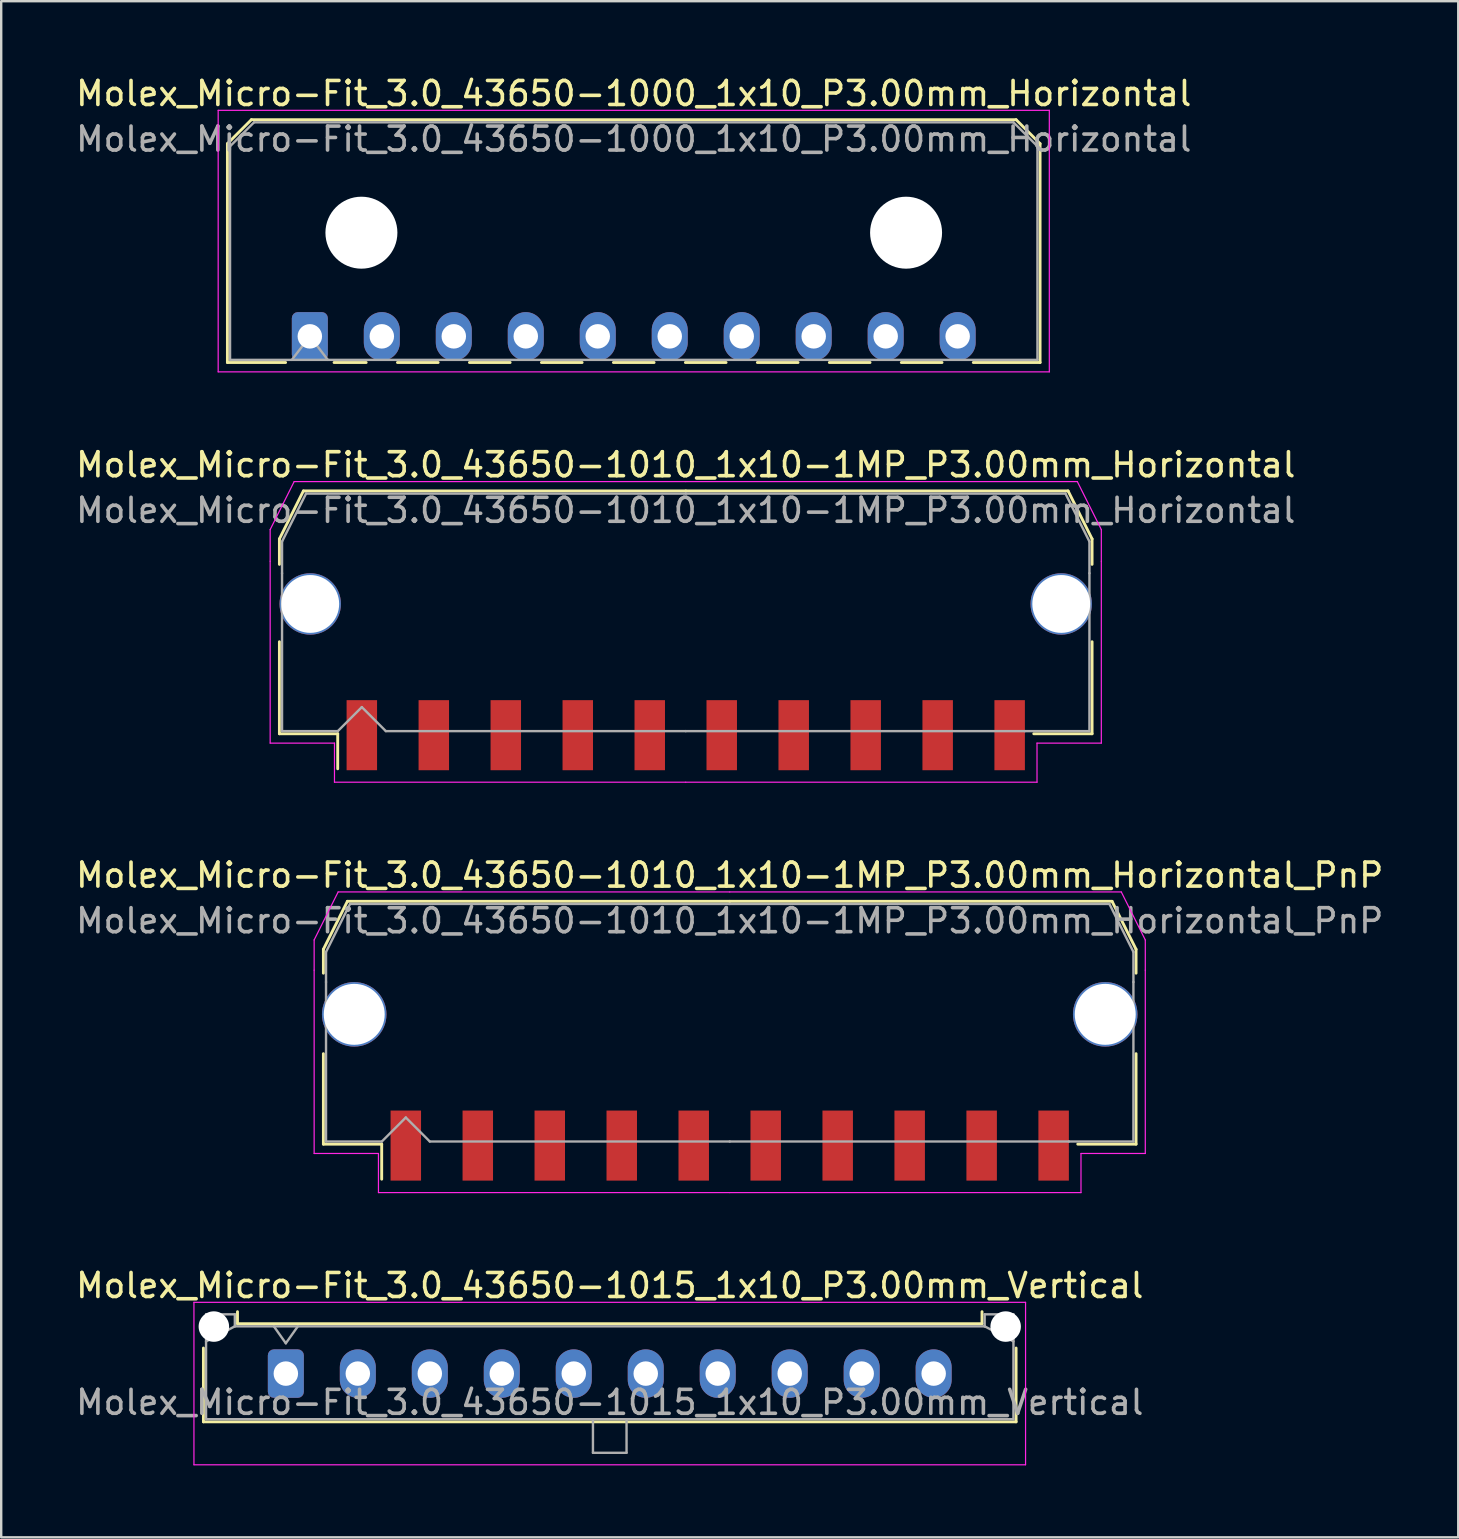
<source format=kicad_pcb>
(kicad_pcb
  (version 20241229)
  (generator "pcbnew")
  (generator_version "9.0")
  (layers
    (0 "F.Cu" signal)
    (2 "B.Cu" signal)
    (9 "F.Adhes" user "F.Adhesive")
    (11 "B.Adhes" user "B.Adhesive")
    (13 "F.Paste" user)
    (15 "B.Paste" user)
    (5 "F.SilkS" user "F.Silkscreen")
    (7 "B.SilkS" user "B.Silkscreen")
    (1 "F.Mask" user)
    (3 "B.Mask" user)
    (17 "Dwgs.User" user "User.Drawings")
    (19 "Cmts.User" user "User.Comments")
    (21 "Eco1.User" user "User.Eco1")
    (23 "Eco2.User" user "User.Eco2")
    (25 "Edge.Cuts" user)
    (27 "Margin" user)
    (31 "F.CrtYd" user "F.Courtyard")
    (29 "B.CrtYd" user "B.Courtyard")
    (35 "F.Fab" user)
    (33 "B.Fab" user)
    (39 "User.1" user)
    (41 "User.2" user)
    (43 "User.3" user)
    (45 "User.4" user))
  (footprint "Molex_Micro-Fit_3.0_43650-1015_1x10_P3.00mm_Vertical"
    (layer "F.Cu")
    (at 8.863 54.198)
    (property "Reference" "Molex_Micro-Fit_3.0_43650-1015_1x10_P3.00mm_Vertical" (at 13.5 -3.67 0) (layer "F.SilkS") (effects (font (size 1 1) (thickness 0.15))))
    (fp_line (start -3.435 -1.065) (end -3.435 2.01) (stroke (width 0.12) (type solid)) (layer "F.SilkS"))
    (fp_line (start -3.435 2.01) (end 30.435 2.01) (stroke (width 0.12) (type solid)) (layer "F.SilkS"))
    (fp_line (start -2.015 -2.58) (end -2.015 -2.08) (stroke (width 0.12) (type solid)) (layer "F.SilkS"))
    (fp_line (start -2.015 -2.08) (end 29.015 -2.08) (stroke (width 0.12) (type solid)) (layer "F.SilkS"))
    (fp_line (start 29.015 -2.08) (end 29.015 -2.58) (stroke (width 0.12) (type solid)) (layer "F.SilkS"))
    (fp_line (start 30.435 2.01) (end 30.435 -1.065) (stroke (width 0.12) (type solid)) (layer "F.SilkS"))
    (fp_line (start -3.83 -2.97) (end 30.83 -2.97) (stroke (width 0.05) (type solid)) (layer "F.CrtYd"))
    (fp_line (start -3.83 3.8) (end -3.83 -2.97) (stroke (width 0.05) (type solid)) (layer "F.CrtYd"))
    (fp_line (start 30.83 -2.97) (end 30.83 3.8) (stroke (width 0.05) (type solid)) (layer "F.CrtYd"))
    (fp_line (start 30.83 3.8) (end -3.83 3.8) (stroke (width 0.05) (type solid)) (layer "F.CrtYd"))
    (fp_line (start -3.325 -2.47) (end -3.325 1.9) (stroke (width 0.1) (type solid)) (layer "F.Fab"))
    (fp_line (start -3.325 -1.34) (end -2.125 -1.97) (stroke (width 0.1) (type solid)) (layer "F.Fab"))
    (fp_line (start -3.325 1.9) (end 30.325 1.9) (stroke (width 0.1) (type solid)) (layer "F.Fab"))
    (fp_line (start -2.125 -2.47) (end -3.325 -2.47) (stroke (width 0.1) (type solid)) (layer "F.Fab"))
    (fp_line (start -2.125 -1.97) (end -2.125 -2.47) (stroke (width 0.1) (type solid)) (layer "F.Fab"))
    (fp_line (start -0.5 -1.97) (end 0 -1.263) (stroke (width 0.1) (type solid)) (layer "F.Fab"))
    (fp_line (start 0 -1.263) (end 0.5 -1.97) (stroke (width 0.1) (type solid)) (layer "F.Fab"))
    (fp_line (start 12.8 1.9) (end 12.8 3.3) (stroke (width 0.1) (type solid)) (layer "F.Fab"))
    (fp_line (start 12.8 3.3) (end 14.2 3.3) (stroke (width 0.1) (type solid)) (layer "F.Fab"))
    (fp_line (start 14.2 3.3) (end 14.2 1.9) (stroke (width 0.1) (type solid)) (layer "F.Fab"))
    (fp_line (start 29.125 -2.47) (end 29.125 -1.97) (stroke (width 0.1) (type solid)) (layer "F.Fab"))
    (fp_line (start 29.125 -1.97) (end -2.125 -1.97) (stroke (width 0.1) (type solid)) (layer "F.Fab"))
    (fp_line (start 30.325 -2.47) (end 29.125 -2.47) (stroke (width 0.1) (type solid)) (layer "F.Fab"))
    (fp_line (start 30.325 -1.34) (end 29.125 -1.97) (stroke (width 0.1) (type solid)) (layer "F.Fab"))
    (fp_line (start 30.325 1.9) (end 30.325 -2.47) (stroke (width 0.1) (type solid)) (layer "F.Fab"))
    (fp_text user "${REFERENCE}" (at 13.5 1.2 0) (layer "F.Fab") (effects (font (size 1 1) (thickness 0.15))))
    (pad "" np_thru_hole circle (at -3 -1.96) (size 1.27 1.27) (drill 1.27) (layers "*.Cu" "*.Mask"))
    (pad "" np_thru_hole circle (at 30 -1.96) (size 1.27 1.27) (drill 1.27) (layers "*.Cu" "*.Mask"))
    (pad "1" thru_hole roundrect (at 0 0) (size 1.5 2.02) (drill 1.02) (layers "*.Cu" "*.Mask") (roundrect_rratio 0.167))
    (pad "2" thru_hole oval (at 3 0) (size 1.5 2.02) (drill 1.02) (layers "*.Cu" "*.Mask"))
    (pad "3" thru_hole oval (at 6 0) (size 1.5 2.02) (drill 1.02) (layers "*.Cu" "*.Mask"))
    (pad "4" thru_hole oval (at 9 0) (size 1.5 2.02) (drill 1.02) (layers "*.Cu" "*.Mask"))
    (pad "5" thru_hole oval (at 12 0) (size 1.5 2.02) (drill 1.02) (layers "*.Cu" "*.Mask"))
    (pad "6" thru_hole oval (at 15 0) (size 1.5 2.02) (drill 1.02) (layers "*.Cu" "*.Mask"))
    (pad "7" thru_hole oval (at 18 0) (size 1.5 2.02) (drill 1.02) (layers "*.Cu" "*.Mask"))
    (pad "8" thru_hole oval (at 21 0) (size 1.5 2.02) (drill 1.02) (layers "*.Cu" "*.Mask"))
    (pad "9" thru_hole oval (at 24 0) (size 1.5 2.02) (drill 1.02) (layers "*.Cu" "*.Mask"))
    (pad "10" thru_hole oval (at 27 0) (size 1.5 2.02) (drill 1.02) (layers "*.Cu" "*.Mask")))
  (footprint "Molex_Micro-Fit_3.0_43650-1000_1x10_P3.00mm_Horizontal"
    (layer "F.Cu")
    (at 9.863 10.968)
    (property "Reference" "Molex_Micro-Fit_3.0_43650-1000_1x10_P3.00mm_Horizontal" (at 13.5 -10.12 0) (layer "F.SilkS") (effects (font (size 1 1) (thickness 0.15))))
    (attr through_hole)
    (fp_line (start -3.435 -8.03) (end -2.435 -9.03) (stroke (width 0.12) (type solid)) (layer "F.SilkS"))
    (fp_line (start -3.435 1.09) (end -3.435 -8.03) (stroke (width 0.12) (type solid)) (layer "F.SilkS"))
    (fp_line (start -3.435 1.09) (end -1.01 1.09) (stroke (width 0.12) (type solid)) (layer "F.SilkS"))
    (fp_line (start -2.435 -9.03) (end 29.435 -9.03) (stroke (width 0.12) (type solid)) (layer "F.SilkS"))
    (fp_line (start 1.01 1.09) (end 2.348 1.09) (stroke (width 0.12) (type solid)) (layer "F.SilkS"))
    (fp_line (start 3.652 1.09) (end 5.348 1.09) (stroke (width 0.12) (type solid)) (layer "F.SilkS"))
    (fp_line (start 6.652 1.09) (end 8.348 1.09) (stroke (width 0.12) (type solid)) (layer "F.SilkS"))
    (fp_line (start 9.652 1.09) (end 11.348 1.09) (stroke (width 0.12) (type solid)) (layer "F.SilkS"))
    (fp_line (start 12.652 1.09) (end 14.348 1.09) (stroke (width 0.12) (type solid)) (layer "F.SilkS"))
    (fp_line (start 15.652 1.09) (end 17.348 1.09) (stroke (width 0.12) (type solid)) (layer "F.SilkS"))
    (fp_line (start 18.652 1.09) (end 20.348 1.09) (stroke (width 0.12) (type solid)) (layer "F.SilkS"))
    (fp_line (start 21.652 1.09) (end 23.348 1.09) (stroke (width 0.12) (type solid)) (layer "F.SilkS"))
    (fp_line (start 24.652 1.09) (end 26.348 1.09) (stroke (width 0.12) (type solid)) (layer "F.SilkS"))
    (fp_line (start 29.435 -9.03) (end 30.435 -8.03) (stroke (width 0.12) (type solid)) (layer "F.SilkS"))
    (fp_line (start 30.435 -8.03) (end 30.435 1.09) (stroke (width 0.12) (type solid)) (layer "F.SilkS"))
    (fp_line (start 30.435 1.09) (end 27.652 1.09) (stroke (width 0.12) (type solid)) (layer "F.SilkS"))
    (fp_line (start -3.82 -9.42) (end 30.82 -9.42) (stroke (width 0.05) (type solid)) (layer "F.CrtYd"))
    (fp_line (start -3.82 1.48) (end -3.82 -9.42) (stroke (width 0.05) (type solid)) (layer "F.CrtYd"))
    (fp_line (start 30.82 -9.42) (end 30.82 1.48) (stroke (width 0.05) (type solid)) (layer "F.CrtYd"))
    (fp_line (start 30.82 1.48) (end -3.82 1.48) (stroke (width 0.05) (type solid)) (layer "F.CrtYd"))
    (fp_line (start -3.325 -7.92) (end -2.325 -8.92) (stroke (width 0.1) (type solid)) (layer "F.Fab"))
    (fp_line (start -3.325 0.98) (end -3.325 -7.92) (stroke (width 0.1) (type solid)) (layer "F.Fab"))
    (fp_line (start -2.325 -8.92) (end 29.325 -8.92) (stroke (width 0.1) (type solid)) (layer "F.Fab"))
    (fp_line (start -0.75 0.98) (end 0 0) (stroke (width 0.1) (type solid)) (layer "F.Fab"))
    (fp_line (start 0 0) (end 0.75 0.98) (stroke (width 0.1) (type solid)) (layer "F.Fab"))
    (fp_line (start 29.325 -8.92) (end 30.325 -7.92) (stroke (width 0.1) (type solid)) (layer "F.Fab"))
    (fp_line (start 30.325 -7.92) (end 30.325 0.98) (stroke (width 0.1) (type solid)) (layer "F.Fab"))
    (fp_line (start 30.325 0.98) (end -3.325 0.98) (stroke (width 0.1) (type solid)) (layer "F.Fab"))
    (fp_text user "${REFERENCE}" (at 13.5 -8.22 0) (layer "F.Fab") (effects (font (size 1 1) (thickness 0.15))))
    (pad "" np_thru_hole circle (at 2.15 -4.32) (size 3 3) (drill 3) (layers "*.Cu" "*.Mask"))
    (pad "" np_thru_hole circle (at 24.85 -4.32) (size 3 3) (drill 3) (layers "*.Cu" "*.Mask"))
    (pad "1" thru_hole roundrect (at 0 0) (size 1.5 2.02) (drill 1.02) (layers "*.Cu" "*.Mask") (roundrect_rratio 0.167))
    (pad "2" thru_hole oval (at 3 0) (size 1.5 2.02) (drill 1.02) (layers "*.Cu" "*.Mask"))
    (pad "3" thru_hole oval (at 6 0) (size 1.5 2.02) (drill 1.02) (layers "*.Cu" "*.Mask"))
    (pad "4" thru_hole oval (at 9 0) (size 1.5 2.02) (drill 1.02) (layers "*.Cu" "*.Mask"))
    (pad "5" thru_hole oval (at 12 0) (size 1.5 2.02) (drill 1.02) (layers "*.Cu" "*.Mask"))
    (pad "6" thru_hole oval (at 15 0) (size 1.5 2.02) (drill 1.02) (layers "*.Cu" "*.Mask"))
    (pad "7" thru_hole oval (at 18 0) (size 1.5 2.02) (drill 1.02) (layers "*.Cu" "*.Mask"))
    (pad "8" thru_hole oval (at 21 0) (size 1.5 2.02) (drill 1.02) (layers "*.Cu" "*.Mask"))
    (pad "9" thru_hole oval (at 24 0) (size 1.5 2.02) (drill 1.02) (layers "*.Cu" "*.Mask"))
    (pad "10" thru_hole oval (at 27 0) (size 1.5 2.02) (drill 1.02) (layers "*.Cu" "*.Mask")))
  (footprint "Molex_Micro-Fit_3.0_43650-1010_1x10-1MP_P3.00mm_Horizontal_PnP"
    (layer "F.Cu")
    (at 27.363 39.575)
    (property "Reference" "Molex_Micro-Fit_3.0_43650-1010_1x10-1MP_P3.00mm_Horizontal_PnP" (at 0 -6.15 0) (layer "F.SilkS") (effects (font (size 1 1) (thickness 0.15))))
    (attr smd)
    (fp_line (start -16.935 -3.06) (end -16.935 -2.065) (stroke (width 0.12) (type solid)) (layer "F.SilkS"))
    (fp_line (start -16.935 1.29) (end -16.935 5.06) (stroke (width 0.12) (type solid)) (layer "F.SilkS"))
    (fp_line (start -16.935 5.06) (end -14.505 5.06) (stroke (width 0.12) (type solid)) (layer "F.SilkS"))
    (fp_line (start -15.935 -5.06) (end -16.935 -3.06) (stroke (width 0.12) (type solid)) (layer "F.SilkS"))
    (fp_line (start -14.505 5.06) (end -14.505 6.52) (stroke (width 0.12) (type solid)) (layer "F.SilkS"))
    (fp_line (start 0 -5.06) (end -15.935 -5.06) (stroke (width 0.12) (type solid)) (layer "F.SilkS"))
    (fp_line (start 0 -5.06) (end 15.935 -5.06) (stroke (width 0.12) (type solid)) (layer "F.SilkS"))
    (fp_line (start 15.935 -5.06) (end 16.935 -3.06) (stroke (width 0.12) (type solid)) (layer "F.SilkS"))
    (fp_line (start 16.935 -3.06) (end 16.935 -2.065) (stroke (width 0.12) (type solid)) (layer "F.SilkS"))
    (fp_line (start 16.935 1.29) (end 16.935 5.06) (stroke (width 0.12) (type solid)) (layer "F.SilkS"))
    (fp_line (start 16.935 5.06) (end 14.505 5.06) (stroke (width 0.12) (type solid)) (layer "F.SilkS"))
    (fp_line (start -17.32 -3.45) (end -17.32 -2.19) (stroke (width 0.05) (type solid)) (layer "F.CrtYd"))
    (fp_line (start -17.32 -2.19) (end -17.32 5.45) (stroke (width 0.05) (type solid)) (layer "F.CrtYd"))
    (fp_line (start -17.32 5.45) (end -14.64 5.45) (stroke (width 0.05) (type solid)) (layer "F.CrtYd"))
    (fp_line (start -16.32 -5.45) (end -17.32 -3.45) (stroke (width 0.05) (type solid)) (layer "F.CrtYd"))
    (fp_line (start -14.64 5.45) (end -14.64 7.08) (stroke (width 0.05) (type solid)) (layer "F.CrtYd"))
    (fp_line (start -14.64 7.08) (end 0 7.08) (stroke (width 0.05) (type solid)) (layer "F.CrtYd"))
    (fp_line (start 0 -5.45) (end -16.32 -5.45) (stroke (width 0.05) (type solid)) (layer "F.CrtYd"))
    (fp_line (start 0 -5.45) (end 16.32 -5.45) (stroke (width 0.05) (type solid)) (layer "F.CrtYd"))
    (fp_line (start 14.64 5.45) (end 14.64 7.08) (stroke (width 0.05) (type solid)) (layer "F.CrtYd"))
    (fp_line (start 14.64 7.08) (end 0 7.08) (stroke (width 0.05) (type solid)) (layer "F.CrtYd"))
    (fp_line (start 16.32 -5.45) (end 17.32 -3.45) (stroke (width 0.05) (type solid)) (layer "F.CrtYd"))
    (fp_line (start 17.32 -3.45) (end 17.32 -2.19) (stroke (width 0.05) (type solid)) (layer "F.CrtYd"))
    (fp_line (start 17.32 -2.19) (end 17.32 5.45) (stroke (width 0.05) (type solid)) (layer "F.CrtYd"))
    (fp_line (start 17.32 5.45) (end 14.64 5.45) (stroke (width 0.05) (type solid)) (layer "F.CrtYd"))
    (fp_line (start -16.825 -2.95) (end -16.825 -1.695) (stroke (width 0.1) (type solid)) (layer "F.Fab"))
    (fp_line (start -16.825 -1.695) (end -16.825 4.95) (stroke (width 0.1) (type solid)) (layer "F.Fab"))
    (fp_line (start -16.825 4.95) (end -14.5 4.95) (stroke (width 0.1) (type solid)) (layer "F.Fab"))
    (fp_line (start -15.825 -4.95) (end -16.825 -2.95) (stroke (width 0.1) (type solid)) (layer "F.Fab"))
    (fp_line (start -14.5 4.95) (end -13.5 3.95) (stroke (width 0.1) (type solid)) (layer "F.Fab"))
    (fp_line (start -13.5 3.95) (end -12.5 4.95) (stroke (width 0.1) (type solid)) (layer "F.Fab"))
    (fp_line (start -12.5 4.95) (end 0 4.95) (stroke (width 0.1) (type solid)) (layer "F.Fab"))
    (fp_line (start 0 -4.95) (end -15.825 -4.95) (stroke (width 0.1) (type solid)) (layer "F.Fab"))
    (fp_line (start 0 -4.95) (end 15.825 -4.95) (stroke (width 0.1) (type solid)) (layer "F.Fab"))
    (fp_line (start 14.135 4.95) (end 0 4.95) (stroke (width 0.1) (type solid)) (layer "F.Fab"))
    (fp_line (start 15.825 -4.95) (end 16.825 -2.95) (stroke (width 0.1) (type solid)) (layer "F.Fab"))
    (fp_line (start 16.825 -2.95) (end 16.825 -1.695) (stroke (width 0.1) (type solid)) (layer "F.Fab"))
    (fp_line (start 16.825 -1.695) (end 16.825 4.95) (stroke (width 0.1) (type solid)) (layer "F.Fab"))
    (fp_line (start 16.825 4.95) (end 14.135 4.95) (stroke (width 0.1) (type solid)) (layer "F.Fab"))
    (fp_text user "${REFERENCE}" (at 0 -4.25 0) (layer "F.Fab") (effects (font (size 1 1) (thickness 0.15))))
    (pad "1" smd rect (at -13.5 5.12) (size 1.27 2.92) (layers "F.Cu" "F.Mask" "F.Paste"))
    (pad "2" smd rect (at -10.5 5.12) (size 1.27 2.92) (layers "F.Cu" "F.Mask" "F.Paste"))
    (pad "3" smd rect (at -7.5 5.12) (size 1.27 2.92) (layers "F.Cu" "F.Mask" "F.Paste"))
    (pad "4" smd rect (at -4.5 5.12) (size 1.27 2.92) (layers "F.Cu" "F.Mask" "F.Paste"))
    (pad "5" smd rect (at -1.5 5.12) (size 1.27 2.92) (layers "F.Cu" "F.Mask" "F.Paste"))
    (pad "6" smd rect (at 1.5 5.12) (size 1.27 2.92) (layers "F.Cu" "F.Mask" "F.Paste"))
    (pad "7" smd rect (at 4.5 5.12) (size 1.27 2.92) (layers "F.Cu" "F.Mask" "F.Paste"))
    (pad "8" smd rect (at 7.5 5.12) (size 1.27 2.92) (layers "F.Cu" "F.Mask" "F.Paste"))
    (pad "9" smd rect (at 10.5 5.12) (size 1.27 2.92) (layers "F.Cu" "F.Mask" "F.Paste"))
    (pad "10" smd rect (at 13.5 5.12) (size 1.27 2.92) (layers "F.Cu" "F.Mask" "F.Paste"))
    (pad "MP" thru_hole circle (at -15.65 -0.35) (size 2.69 2.69) (drill 2.54) (layers "*.Cu" "*.Mask"))
    (pad "MP" thru_hole circle (at 15.65 -0.35) (size 2.69 2.69) (drill 2.54) (layers "*.Cu" "*.Mask")))
  (footprint "Molex_Micro-Fit_3.0_43650-1010_1x10-1MP_P3.00mm_Horizontal"
    (layer "F.Cu")
    (at 25.53 22.471)
    (property "Reference" "Molex_Micro-Fit_3.0_43650-1010_1x10-1MP_P3.00mm_Horizontal" (at 0 -6.15 0) (layer "F.SilkS") (effects (font (size 1 1) (thickness 0.15))))
    (attr smd)
    (fp_line (start -16.935 -3.06) (end -16.935 -2) (stroke (width 0.12) (type solid)) (layer "F.SilkS"))
    (fp_line (start -16.935 1.225) (end -16.935 5.06) (stroke (width 0.12) (type solid)) (layer "F.SilkS"))
    (fp_line (start -16.935 5.06) (end -14.505 5.06) (stroke (width 0.12) (type solid)) (layer "F.SilkS"))
    (fp_line (start -15.935 -5.06) (end -16.935 -3.06) (stroke (width 0.12) (type solid)) (layer "F.SilkS"))
    (fp_line (start -14.505 5.06) (end -14.505 6.52) (stroke (width 0.12) (type solid)) (layer "F.SilkS"))
    (fp_line (start 0 -5.06) (end -15.935 -5.06) (stroke (width 0.12) (type solid)) (layer "F.SilkS"))
    (fp_line (start 0 -5.06) (end 15.935 -5.06) (stroke (width 0.12) (type solid)) (layer "F.SilkS"))
    (fp_line (start 15.935 -5.06) (end 16.935 -3.06) (stroke (width 0.12) (type solid)) (layer "F.SilkS"))
    (fp_line (start 16.935 -3.06) (end 16.935 -2) (stroke (width 0.12) (type solid)) (layer "F.SilkS"))
    (fp_line (start 16.935 1.225) (end 16.935 5.06) (stroke (width 0.12) (type solid)) (layer "F.SilkS"))
    (fp_line (start 16.935 5.06) (end 14.505 5.06) (stroke (width 0.12) (type solid)) (layer "F.SilkS"))
    (fp_line (start -17.32 -3.45) (end -17.32 -2.13) (stroke (width 0.05) (type solid)) (layer "F.CrtYd"))
    (fp_line (start -17.32 -2.13) (end -17.32 5.45) (stroke (width 0.05) (type solid)) (layer "F.CrtYd"))
    (fp_line (start -17.32 5.45) (end -14.64 5.45) (stroke (width 0.05) (type solid)) (layer "F.CrtYd"))
    (fp_line (start -16.32 -5.45) (end -17.32 -3.45) (stroke (width 0.05) (type solid)) (layer "F.CrtYd"))
    (fp_line (start -14.64 5.45) (end -14.64 7.08) (stroke (width 0.05) (type solid)) (layer "F.CrtYd"))
    (fp_line (start -14.64 7.08) (end 0 7.08) (stroke (width 0.05) (type solid)) (layer "F.CrtYd"))
    (fp_line (start 0 -5.45) (end -16.32 -5.45) (stroke (width 0.05) (type solid)) (layer "F.CrtYd"))
    (fp_line (start 0 -5.45) (end 16.32 -5.45) (stroke (width 0.05) (type solid)) (layer "F.CrtYd"))
    (fp_line (start 14.64 5.45) (end 14.64 7.08) (stroke (width 0.05) (type solid)) (layer "F.CrtYd"))
    (fp_line (start 14.64 7.08) (end 0 7.08) (stroke (width 0.05) (type solid)) (layer "F.CrtYd"))
    (fp_line (start 16.32 -5.45) (end 17.32 -3.45) (stroke (width 0.05) (type solid)) (layer "F.CrtYd"))
    (fp_line (start 17.32 -3.45) (end 17.32 -2.13) (stroke (width 0.05) (type solid)) (layer "F.CrtYd"))
    (fp_line (start 17.32 -2.13) (end 17.32 5.45) (stroke (width 0.05) (type solid)) (layer "F.CrtYd"))
    (fp_line (start 17.32 5.45) (end 14.64 5.45) (stroke (width 0.05) (type solid)) (layer "F.CrtYd"))
    (fp_line (start -16.825 -2.95) (end -16.825 -1.63) (stroke (width 0.1) (type solid)) (layer "F.Fab"))
    (fp_line (start -16.825 -1.63) (end -16.825 4.95) (stroke (width 0.1) (type solid)) (layer "F.Fab"))
    (fp_line (start -16.825 4.95) (end -14.5 4.95) (stroke (width 0.1) (type solid)) (layer "F.Fab"))
    (fp_line (start -15.825 -4.95) (end -16.825 -2.95) (stroke (width 0.1) (type solid)) (layer "F.Fab"))
    (fp_line (start -14.5 4.95) (end -13.5 3.95) (stroke (width 0.1) (type solid)) (layer "F.Fab"))
    (fp_line (start -13.5 3.95) (end -12.5 4.95) (stroke (width 0.1) (type solid)) (layer "F.Fab"))
    (fp_line (start -12.5 4.95) (end 0 4.95) (stroke (width 0.1) (type solid)) (layer "F.Fab"))
    (fp_line (start 0 -4.95) (end -15.825 -4.95) (stroke (width 0.1) (type solid)) (layer "F.Fab"))
    (fp_line (start 0 -4.95) (end 15.825 -4.95) (stroke (width 0.1) (type solid)) (layer "F.Fab"))
    (fp_line (start 14.135 4.95) (end 0 4.95) (stroke (width 0.1) (type solid)) (layer "F.Fab"))
    (fp_line (start 15.825 -4.95) (end 16.825 -2.95) (stroke (width 0.1) (type solid)) (layer "F.Fab"))
    (fp_line (start 16.825 -2.95) (end 16.825 -1.63) (stroke (width 0.1) (type solid)) (layer "F.Fab"))
    (fp_line (start 16.825 -1.63) (end 16.825 4.95) (stroke (width 0.1) (type solid)) (layer "F.Fab"))
    (fp_line (start 16.825 4.95) (end 14.135 4.95) (stroke (width 0.1) (type solid)) (layer "F.Fab"))
    (fp_text user "${REFERENCE}" (at 0 -4.25 0) (layer "F.Fab") (effects (font (size 1 1) (thickness 0.15))))
    (pad "1" smd rect (at -13.5 5.12) (size 1.27 2.92) (layers "F.Cu" "F.Mask" "F.Paste"))
    (pad "2" smd rect (at -10.5 5.12) (size 1.27 2.92) (layers "F.Cu" "F.Mask" "F.Paste"))
    (pad "3" smd rect (at -7.5 5.12) (size 1.27 2.92) (layers "F.Cu" "F.Mask" "F.Paste"))
    (pad "4" smd rect (at -4.5 5.12) (size 1.27 2.92) (layers "F.Cu" "F.Mask" "F.Paste"))
    (pad "5" smd rect (at -1.5 5.12) (size 1.27 2.92) (layers "F.Cu" "F.Mask" "F.Paste"))
    (pad "6" smd rect (at 1.5 5.12) (size 1.27 2.92) (layers "F.Cu" "F.Mask" "F.Paste"))
    (pad "7" smd rect (at 4.5 5.12) (size 1.27 2.92) (layers "F.Cu" "F.Mask" "F.Paste"))
    (pad "8" smd rect (at 7.5 5.12) (size 1.27 2.92) (layers "F.Cu" "F.Mask" "F.Paste"))
    (pad "9" smd rect (at 10.5 5.12) (size 1.27 2.92) (layers "F.Cu" "F.Mask" "F.Paste"))
    (pad "10" smd rect (at 13.5 5.12) (size 1.27 2.92) (layers "F.Cu" "F.Mask" "F.Paste"))
    (pad "MP" thru_hole circle (at -15.65 -0.35) (size 2.56 2.56) (drill 2.41) (layers "*.Cu" "*.Mask"))
    (pad "MP" thru_hole circle (at 15.65 -0.35) (size 2.56 2.56) (drill 2.41) (layers "*.Cu" "*.Mask")))
  (gr_rect
    (start -3 -3)
    (end 57.726 61.023)
    (stroke (width 0.1) (type default))
    (fill no)
    (layer "Edge.Cuts")))
</source>
